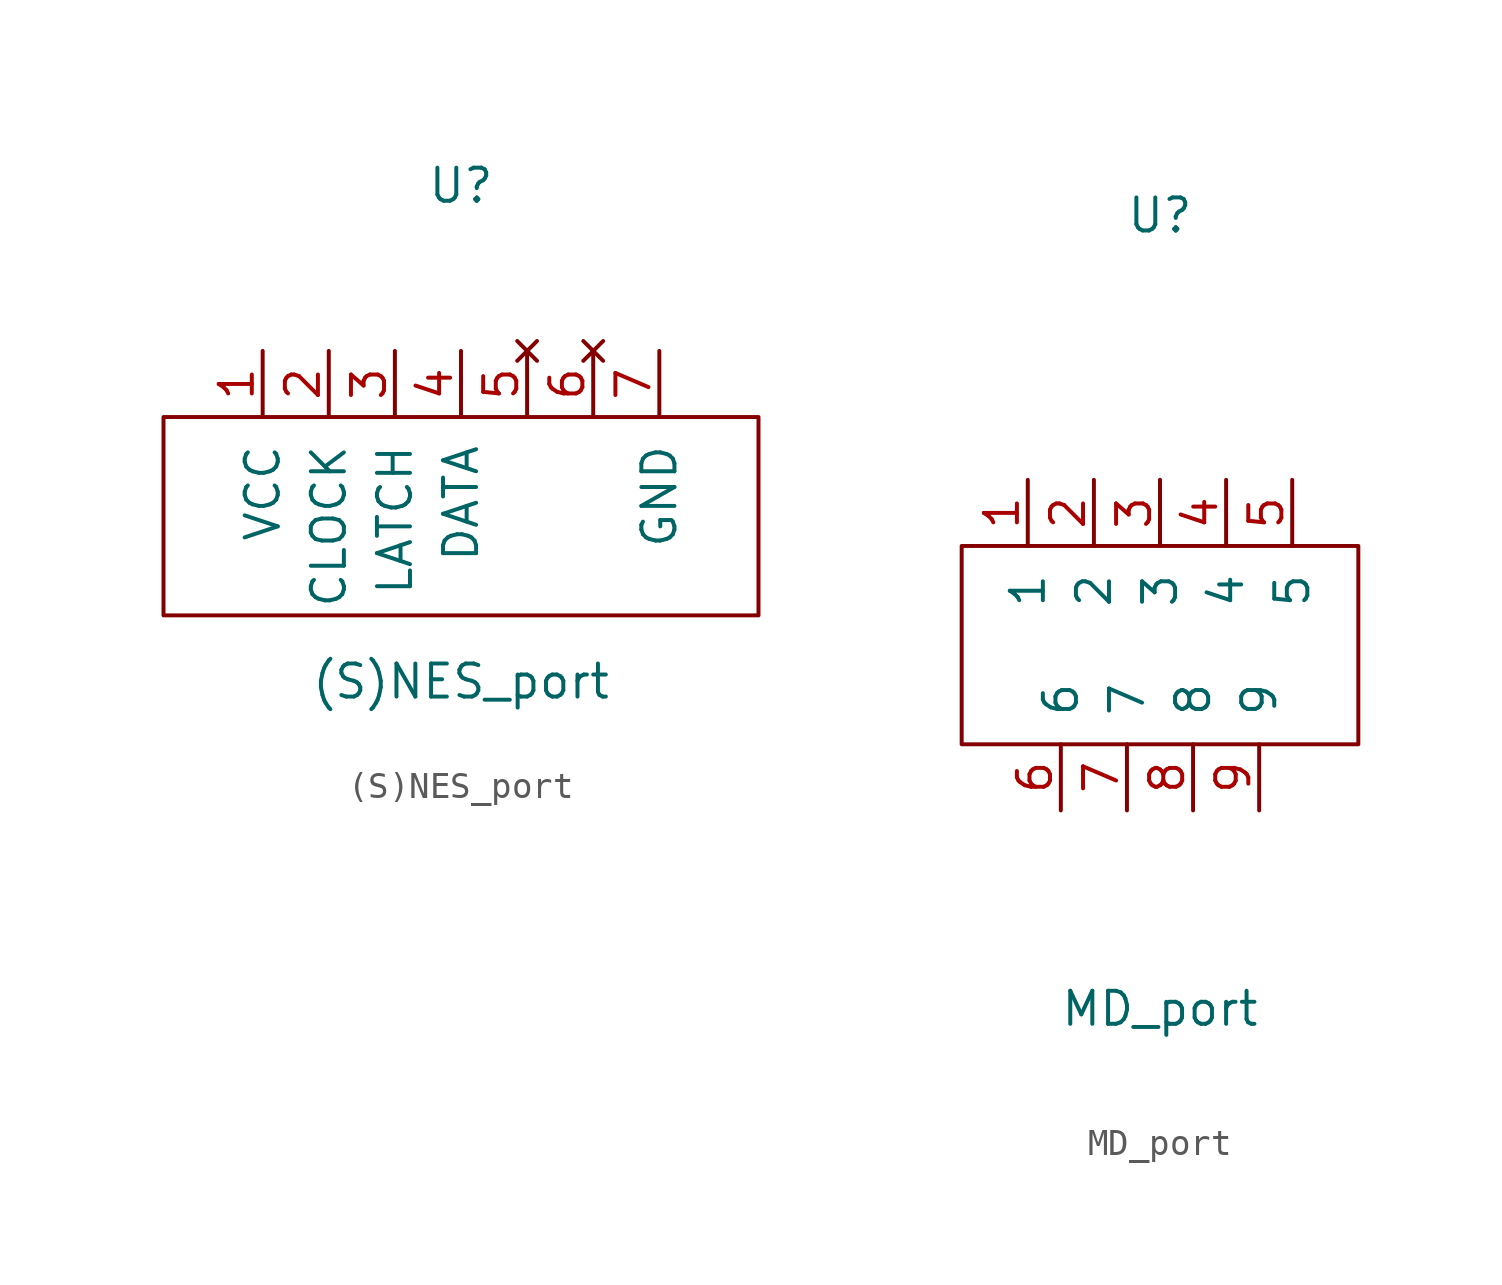
<source format=kicad_sym>
(kicad_symbol_lib
  (version 20201005)
  (generator kicad_symbol_editor)
  (symbol "(S)NES_port"
    (pin_names
      (offset 1.016))
    (property "Reference" "U"
      (at 0 12.7 0)
      (effects (font (size 1.27 1.27))))
    (property "Value" "(S)NES_port"
      (at 0 -6.35 0)
      (effects (font (size 1.27 1.27))))
    (symbol "(S)NES_port_0_1"
      (rectangle (start -11.43 3.81) (end 11.43 -3.81) (stroke (width 0)) (fill (type none))))
    (symbol "(S)NES_port_1_1"
      (pin power_in line (at -7.62 6.35 270) (length 2.54) (name "VCC" (effects (font (size 1.27 1.27)))) (number "1" (effects (font (size 1.27 1.27)))))
      (pin input line (at -5.08 6.35 270) (length 2.54) (name "CLOCK" (effects (font (size 1.27 1.27)))) (number "2" (effects (font (size 1.27 1.27)))))
      (pin input line (at -2.54 6.35 270) (length 2.54) (name "LATCH" (effects (font (size 1.27 1.27)))) (number "3" (effects (font (size 1.27 1.27)))))
      (pin output line (at 0 6.35 270) (length 2.54) (name "DATA" (effects (font (size 1.27 1.27)))) (number "4" (effects (font (size 1.27 1.27)))))
      (pin no_connect line (at 2.54 6.35 270) (length 2.54) (name "~" (effects (font (size 1.27 1.27)))) (number "5" (effects (font (size 1.27 1.27)))))
      (pin no_connect line (at 5.08 6.35 270) (length 2.54) (name "~" (effects (font (size 1.27 1.27)))) (number "6" (effects (font (size 1.27 1.27)))))
      (pin power_in line (at 7.62 6.35 270) (length 2.54) (name "GND" (effects (font (size 1.27 1.27)))) (number "7" (effects (font (size 1.27 1.27)))))))
  (symbol "MD_port"
    (pin_names
      (offset 1.016))
    (property "Reference" "U"
      (at 0 16.51 0)
      (effects (font (size 1.27 1.27))))
    (property "Value" "MD_port"
      (at 0 -13.97 0)
      (effects (font (size 1.27 1.27))))
    (symbol "MD_port_0_1"
      (rectangle (start -7.62 3.81) (end 7.62 -3.81) (stroke (width 0)) (fill (type none))))
    (symbol "MD_port_1_1"
      (pin input line (at -5.08 6.35 270) (length 2.54) (name "1" (effects (font (size 1.27 1.27)))) (number "1" (effects (font (size 1.27 1.27)))))
      (pin input line (at -2.54 6.35 270) (length 2.54) (name "2" (effects (font (size 1.27 1.27)))) (number "2" (effects (font (size 1.27 1.27)))))
      (pin input line (at 0 6.35 270) (length 2.54) (name "3" (effects (font (size 1.27 1.27)))) (number "3" (effects (font (size 1.27 1.27)))))
      (pin input line (at 2.54 6.35 270) (length 2.54) (name "4" (effects (font (size 1.27 1.27)))) (number "4" (effects (font (size 1.27 1.27)))))
      (pin power_in line (at 5.08 6.35 270) (length 2.54) (name "5" (effects (font (size 1.27 1.27)))) (number "5" (effects (font (size 1.27 1.27)))))
      (pin input line (at -3.81 -6.35 90) (length 2.54) (name "6" (effects (font (size 1.27 1.27)))) (number "6" (effects (font (size 1.27 1.27)))))
      (pin input line (at -1.27 -6.35 90) (length 2.54) (name "7" (effects (font (size 1.27 1.27)))) (number "7" (effects (font (size 1.27 1.27)))))
      (pin power_in line (at 1.27 -6.35 90) (length 2.54) (name "8" (effects (font (size 1.27 1.27)))) (number "8" (effects (font (size 1.27 1.27)))))
      (pin input line (at 3.81 -6.35 90) (length 2.54) (name "9" (effects (font (size 1.27 1.27)))) (number "9" (effects (font (size 1.27 1.27))))))))
</source>
